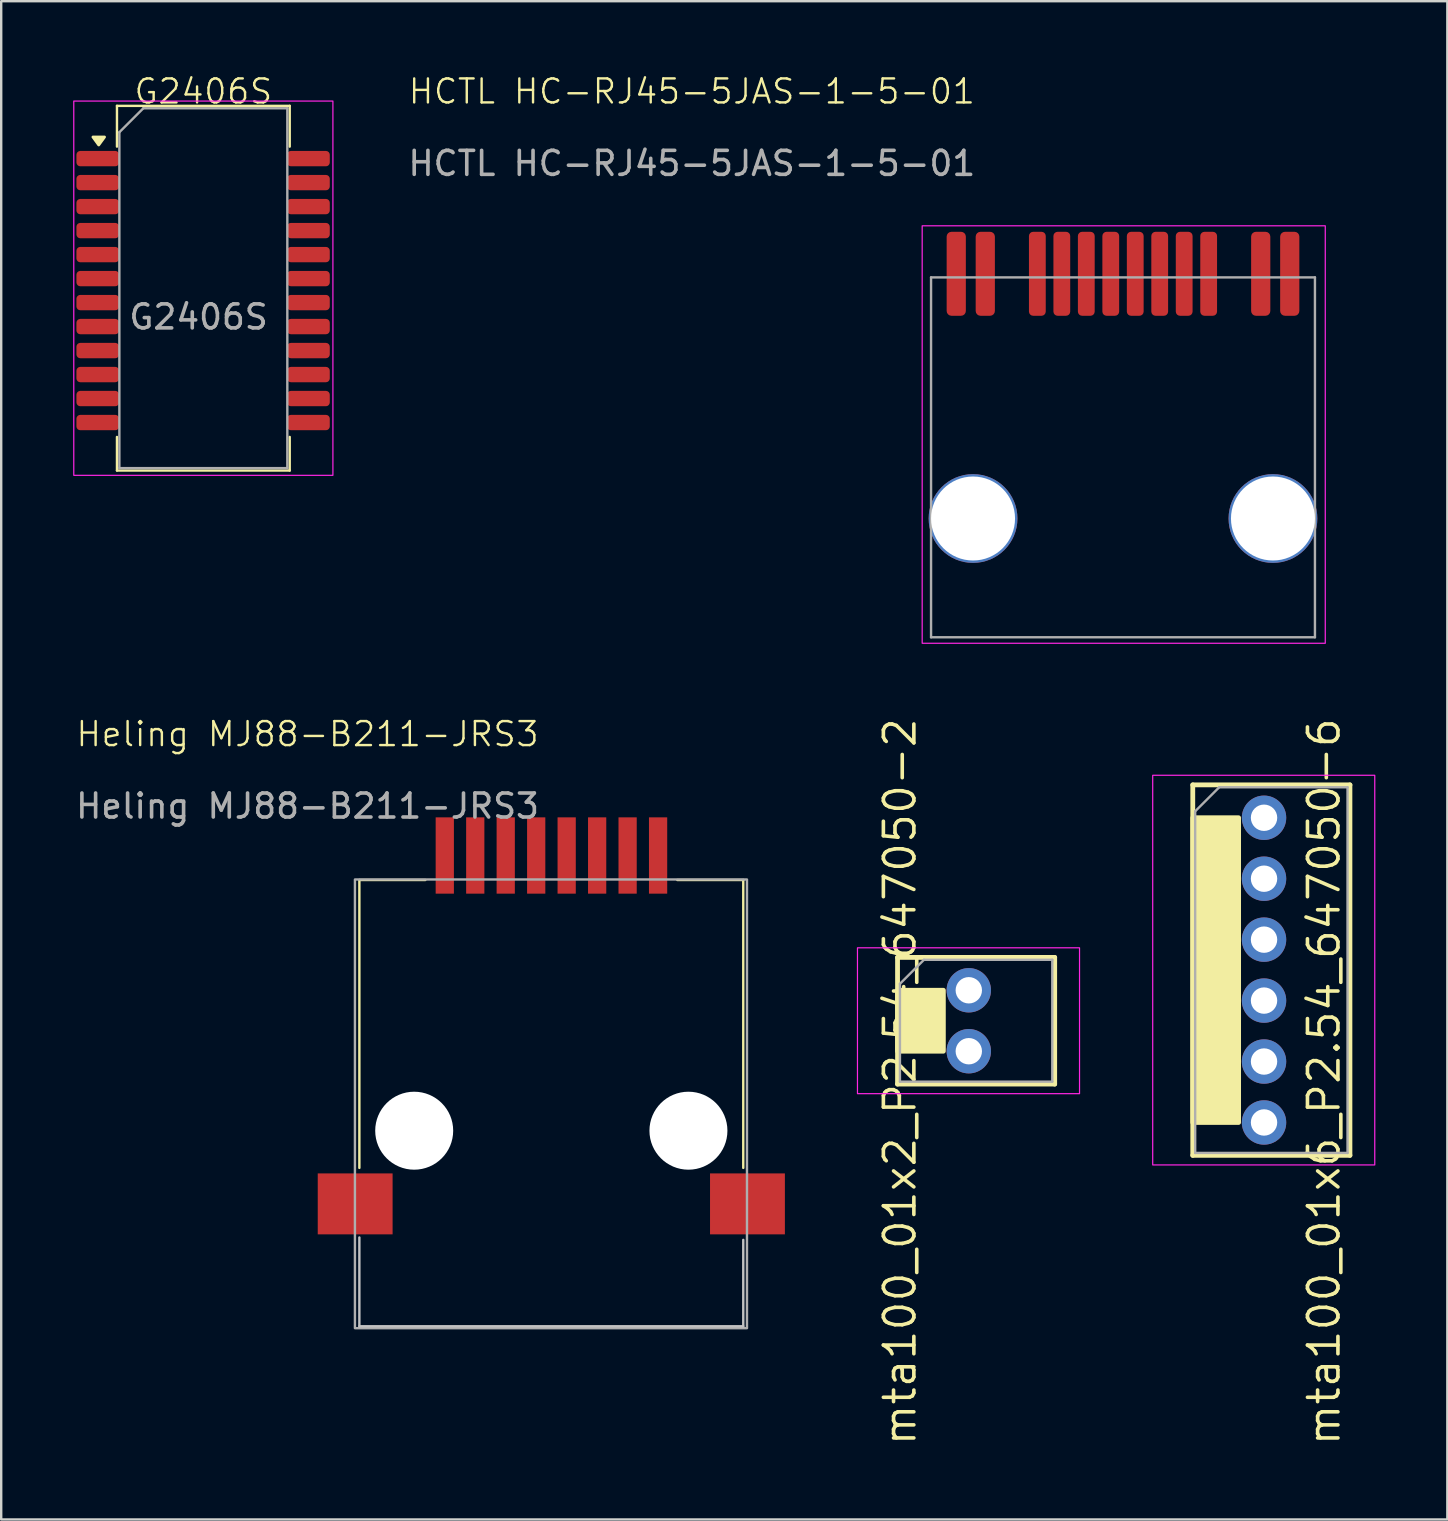
<source format=kicad_pcb>
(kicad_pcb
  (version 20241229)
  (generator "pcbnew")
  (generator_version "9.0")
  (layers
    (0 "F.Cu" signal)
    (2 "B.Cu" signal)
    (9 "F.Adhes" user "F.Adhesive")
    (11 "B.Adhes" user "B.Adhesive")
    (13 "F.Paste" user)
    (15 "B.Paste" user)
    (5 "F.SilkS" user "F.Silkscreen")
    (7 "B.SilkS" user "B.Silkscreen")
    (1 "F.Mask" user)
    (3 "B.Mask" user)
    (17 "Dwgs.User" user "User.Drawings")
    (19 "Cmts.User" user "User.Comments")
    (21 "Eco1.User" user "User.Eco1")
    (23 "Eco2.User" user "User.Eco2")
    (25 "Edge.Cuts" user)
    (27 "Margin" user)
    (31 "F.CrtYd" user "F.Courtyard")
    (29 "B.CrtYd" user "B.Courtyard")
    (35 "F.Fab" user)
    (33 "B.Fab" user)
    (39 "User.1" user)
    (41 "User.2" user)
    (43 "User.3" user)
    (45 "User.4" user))
  (footprint "G2406S"
    (layer "F.Cu")
    (at 1.025 3.561)
    (property "Reference" "G2406S" (at 4.4 -2.8 0) (unlocked yes) (layer "F.SilkS") (effects (font (size 1 1) (thickness 0.1))))
    (attr smd)
    (fp_line (start 0.8 -2.2) (end 8 -2.2) (stroke (width 0.1) (type default)) (layer "F.SilkS"))
    (fp_line (start 0.8 -0.5) (end 0.8 -2.2) (stroke (width 0.1) (type default)) (layer "F.SilkS"))
    (fp_line (start 0.8 11.6) (end 0.8 13) (stroke (width 0.1) (type default)) (layer "F.SilkS"))
    (fp_line (start 0.8 13) (end 8 13) (stroke (width 0.1) (type default)) (layer "F.SilkS"))
    (fp_line (start 8 -2.2) (end 8 -0.5) (stroke (width 0.1) (type default)) (layer "F.SilkS"))
    (fp_line (start 8 13) (end 8 11.6) (stroke (width 0.1) (type default)) (layer "F.SilkS"))
    (fp_poly (pts (xy 0.04 -0.57) (xy -0.2 -0.9) (xy 0.28 -0.9) (xy 0.04 -0.57)) (stroke (width 0.12) (type solid)) (fill yes) (layer "F.SilkS"))
    (fp_rect (start -1 -2.4) (end 9.8 13.2) (stroke (width 0.05) (type default)) (fill no) (layer "F.CrtYd"))
    (fp_line (start 0.9 -1.1) (end 1.9 -2.1) (stroke (width 0.1) (type default)) (layer "F.Fab"))
    (fp_line (start 0.9 12.9) (end 0.9 -1.1) (stroke (width 0.1) (type default)) (layer "F.Fab"))
    (fp_line (start 1.9 -2.1) (end 7.9 -2.1) (stroke (width 0.1) (type default)) (layer "F.Fab"))
    (fp_line (start 7.9 -2.1) (end 7.9 12.9) (stroke (width 0.1) (type default)) (layer "F.Fab"))
    (fp_line (start 7.9 12.9) (end 0.9 12.9) (stroke (width 0.1) (type default)) (layer "F.Fab"))
    (fp_text user "${REFERENCE}" (at 4.2 6.6 0) (unlocked yes) (layer "F.Fab") (effects (font (size 1 1) (thickness 0.15))))
    (pad "1" smd roundrect (at 0 0) (size 1.78 0.64) (layers "F.Cu" "F.Mask" "F.Paste") (roundrect_rratio 0.25))
    (pad "2" smd roundrect (at 0 1) (size 1.78 0.64) (layers "F.Cu" "F.Mask" "F.Paste") (roundrect_rratio 0.25))
    (pad "3" smd roundrect (at 0 2) (size 1.78 0.64) (layers "F.Cu" "F.Mask" "F.Paste") (roundrect_rratio 0.25))
    (pad "4" smd roundrect (at 0 3) (size 1.78 0.64) (layers "F.Cu" "F.Mask" "F.Paste") (roundrect_rratio 0.25))
    (pad "5" smd roundrect (at 0 4) (size 1.78 0.64) (layers "F.Cu" "F.Mask" "F.Paste") (roundrect_rratio 0.25))
    (pad "6" smd roundrect (at 0 5) (size 1.78 0.64) (layers "F.Cu" "F.Mask" "F.Paste") (roundrect_rratio 0.25))
    (pad "7" smd roundrect (at 0 6) (size 1.78 0.64) (layers "F.Cu" "F.Mask" "F.Paste") (roundrect_rratio 0.25))
    (pad "8" smd roundrect (at 0 7) (size 1.78 0.64) (layers "F.Cu" "F.Mask" "F.Paste") (roundrect_rratio 0.25))
    (pad "9" smd roundrect (at 0 8) (size 1.78 0.64) (layers "F.Cu" "F.Mask" "F.Paste") (roundrect_rratio 0.25))
    (pad "10" smd roundrect (at 0 9) (size 1.78 0.64) (layers "F.Cu" "F.Mask" "F.Paste") (roundrect_rratio 0.25))
    (pad "11" smd roundrect (at 0 10) (size 1.78 0.64) (layers "F.Cu" "F.Mask" "F.Paste") (roundrect_rratio 0.25))
    (pad "12" smd roundrect (at 0 11) (size 1.78 0.64) (layers "F.Cu" "F.Mask" "F.Paste") (roundrect_rratio 0.25))
    (pad "13" smd roundrect (at 8.78 11) (size 1.78 0.64) (layers "F.Cu" "F.Mask" "F.Paste") (roundrect_rratio 0.25))
    (pad "14" smd roundrect (at 8.78 10) (size 1.78 0.64) (layers "F.Cu" "F.Mask" "F.Paste") (roundrect_rratio 0.25))
    (pad "15" smd roundrect (at 8.78 9) (size 1.78 0.64) (layers "F.Cu" "F.Mask" "F.Paste") (roundrect_rratio 0.25))
    (pad "16" smd roundrect (at 8.78 8) (size 1.78 0.64) (layers "F.Cu" "F.Mask" "F.Paste") (roundrect_rratio 0.25))
    (pad "17" smd roundrect (at 8.78 7) (size 1.78 0.64) (layers "F.Cu" "F.Mask" "F.Paste") (roundrect_rratio 0.25))
    (pad "18" smd roundrect (at 8.78 6) (size 1.78 0.64) (layers "F.Cu" "F.Mask" "F.Paste") (roundrect_rratio 0.25))
    (pad "19" smd roundrect (at 8.78 5) (size 1.78 0.64) (layers "F.Cu" "F.Mask" "F.Paste") (roundrect_rratio 0.25))
    (pad "20" smd roundrect (at 8.78 4) (size 1.78 0.64) (layers "F.Cu" "F.Mask" "F.Paste") (roundrect_rratio 0.25))
    (pad "21" smd roundrect (at 8.78 3) (size 1.78 0.64) (layers "F.Cu" "F.Mask" "F.Paste") (roundrect_rratio 0.25))
    (pad "22" smd roundrect (at 8.78 2) (size 1.78 0.64) (layers "F.Cu" "F.Mask" "F.Paste") (roundrect_rratio 0.25))
    (pad "23" smd roundrect (at 8.78 1) (size 1.78 0.64) (layers "F.Cu" "F.Mask" "F.Paste") (roundrect_rratio 0.25))
    (pad "24" smd roundrect (at 8.78 0) (size 1.78 0.64) (layers "F.Cu" "F.Mask" "F.Paste") (roundrect_rratio 0.25))
    (zone (net_name "") (layers "F.Cu" "B.Cu") (hatch edge 0.5) (connect_pads) (min_thickness 0.25) (filled_areas_thickness no) (keepout (tracks allowed) (vias allowed) (pads allowed) (copperpour not_allowed) (footprints allowed)) (placement (enabled no)) (fill) (polygon (pts (xy 2.025 1.56) (xy 8.825 1.56) (xy 8.825 16.36) (xy 2.025 16.36)))))
  (footprint "mta100_01x6_P2.54_647050-6"
    (layer "F.Cu")
    (at 49.633 31.033)
    (property "Reference" "mta100_01x6_P2.54_647050-6" (at 2.5 11 90) (unlocked yes) (layer "F.SilkS") (effects (font (size 1.27 1.27) (thickness 0.15))))
    (attr through_hole)
    (fp_line (start -2.97 -1.37) (end 3.58 -1.37) (stroke (width 0.2) (type default)) (layer "F.SilkS"))
    (fp_line (start -2.97 14.07) (end -2.97 -1.37) (stroke (width 0.2) (type default)) (layer "F.SilkS"))
    (fp_line (start 3.58 -1.37) (end 3.58 14.07) (stroke (width 0.2) (type default)) (layer "F.SilkS"))
    (fp_line (start 3.58 14.07) (end -2.97 14.07) (stroke (width 0.2) (type default)) (layer "F.SilkS"))
    (fp_rect (start -2.97 0) (end -1.06 12.7) (stroke (width 0.2) (type default)) (fill yes) (layer "F.SilkS"))
    (fp_rect (start -4.64 -1.77) (end 4.615 14.47) (stroke (width 0.05) (type default)) (fill no) (layer "F.CrtYd"))
    (fp_line (start -2.87 -0.27) (end -1.87 -1.27) (stroke (width 0.1) (type default)) (layer "F.Fab"))
    (fp_line (start -2.87 13.97) (end -2.87 -0.27) (stroke (width 0.1) (type default)) (layer "F.Fab"))
    (fp_line (start -1.87 -1.27) (end 3.48 -1.27) (stroke (width 0.1) (type default)) (layer "F.Fab"))
    (fp_line (start 3.48 -1.27) (end 3.48 13.97) (stroke (width 0.1) (type default)) (layer "F.Fab"))
    (fp_line (start 3.48 13.97) (end -2.87 13.97) (stroke (width 0.1) (type default)) (layer "F.Fab"))
    (pad "1" thru_hole circle (at 0 0 90) (size 1.85 1.85) (drill 1.1) (layers "*.Cu" "*.Mask"))
    (pad "2" thru_hole circle (at 0 2.54 90) (size 1.85 1.85) (drill 1.1) (layers "*.Cu" "*.Mask"))
    (pad "3" thru_hole circle (at 0 5.08 90) (size 1.85 1.85) (drill 1.1) (layers "*.Cu" "*.Mask"))
    (pad "4" thru_hole circle (at 0 7.62 90) (size 1.85 1.85) (drill 1.1) (layers "*.Cu" "*.Mask"))
    (pad "5" thru_hole circle (at 0 10.16 90) (size 1.85 1.85) (drill 1.1) (layers "*.Cu" "*.Mask"))
    (pad "6" thru_hole circle (at 0 12.7 90) (size 1.85 1.85) (drill 1.1) (layers "*.Cu" "*.Mask")))
  (footprint "HCTL HC-RJ45-5JAS-1-5-01"
    (layer "F.Cu")
    (at 40.185 8.361)
    (property "Reference" "HCTL HC-RJ45-5JAS-1-5-01" (at -14.4 -7.6 0) (unlocked yes) (layer "F.SilkS") (effects (font (size 1 1) (thickness 0.1))))
    (attr smd)
    (fp_rect (start -4.8 -2) (end 12 15.4) (stroke (width 0.05) (type default)) (fill no) (layer "F.CrtYd"))
    (fp_line (start -4.43 0.15) (end -4.43 15.15) (stroke (width 0.1) (type default)) (layer "F.Fab"))
    (fp_line (start -4.43 0.15) (end 11.57 0.15) (stroke (width 0.1) (type default)) (layer "F.Fab"))
    (fp_line (start -4.43 15.15) (end 11.57 15.15) (stroke (width 0.1) (type default)) (layer "F.Fab"))
    (fp_line (start 11.57 15.15) (end 11.57 0.15) (stroke (width 0.1) (type default)) (layer "F.Fab"))
    (fp_text user "${REFERENCE}" (at -14.4 -4.6 0) (unlocked yes) (layer "F.Fab") (effects (font (size 1 1) (thickness 0.15))))
    (pad "" np_thru_hole circle (at -2.68 10.2) (size 3.7 3.7) (drill 3.5) (layers "*.Cu" "*.Mask"))
    (pad "" np_thru_hole circle (at 9.82 10.2) (size 3.7 3.7) (drill 3.5) (layers "*.Cu" "*.Mask"))
    (pad "1" smd roundrect (at 7.14 0) (size 0.7 3.5) (layers "F.Cu" "F.Mask" "F.Paste") (roundrect_rratio 0.25))
    (pad "2" smd roundrect (at 6.12 0) (size 0.7 3.5) (layers "F.Cu" "F.Mask" "F.Paste") (roundrect_rratio 0.25))
    (pad "3" smd roundrect (at 5.1 0) (size 0.7 3.5) (layers "F.Cu" "F.Mask" "F.Paste") (roundrect_rratio 0.25))
    (pad "4" smd roundrect (at 4.08 0) (size 0.7 3.5) (layers "F.Cu" "F.Mask" "F.Paste") (roundrect_rratio 0.25))
    (pad "5" smd roundrect (at 3.06 0) (size 0.7 3.5) (layers "F.Cu" "F.Mask" "F.Paste") (roundrect_rratio 0.25))
    (pad "6" smd roundrect (at 2.04 0) (size 0.7 3.5) (layers "F.Cu" "F.Mask" "F.Paste") (roundrect_rratio 0.25))
    (pad "7" smd roundrect (at 1.02 0) (size 0.7 3.5) (layers "F.Cu" "F.Mask" "F.Paste") (roundrect_rratio 0.25))
    (pad "8" smd roundrect (at 0 0) (size 0.7 3.5) (layers "F.Cu" "F.Mask" "F.Paste") (roundrect_rratio 0.25))
    (pad "9" smd roundrect (at 9.31 0) (size 0.8 3.5) (layers "F.Cu" "F.Mask" "F.Paste") (roundrect_rratio 0.25))
    (pad "10" smd roundrect (at 10.52 0) (size 0.8 3.5) (layers "F.Cu" "F.Mask" "F.Paste") (roundrect_rratio 0.25))
    (pad "11" smd roundrect (at -3.38 0) (size 0.8 3.5) (layers "F.Cu" "F.Mask" "F.Paste") (roundrect_rratio 0.25))
    (pad "12" smd roundrect (at -2.17 0) (size 0.8 3.5) (layers "F.Cu" "F.Mask" "F.Paste") (roundrect_rratio 0.25)))
  (footprint "mta100_01x2_P2.54_647050-2"
    (layer "F.Cu")
    (at 37.328 38.223)
    (property "Reference" "mta100_01x2_P2.54_647050-2" (at -2.87 3.81 90) (unlocked yes) (layer "F.SilkS") (effects (font (size 1.27 1.27) (thickness 0.15))))
    (attr through_hole)
    (fp_line (start -2.97 -1.37) (end 3.58 -1.37) (stroke (width 0.2) (type default)) (layer "F.SilkS"))
    (fp_line (start -2.97 3.91) (end -2.97 -1.37) (stroke (width 0.2) (type default)) (layer "F.SilkS"))
    (fp_line (start 3.58 -1.37) (end 3.58 3.91) (stroke (width 0.2) (type default)) (layer "F.SilkS"))
    (fp_line (start 3.58 3.91) (end -2.97 3.91) (stroke (width 0.2) (type default)) (layer "F.SilkS"))
    (fp_rect (start -2.97 0) (end -1.06 2.54) (stroke (width 0.2) (type default)) (fill yes) (layer "F.SilkS"))
    (fp_rect (start -4.64 -1.77) (end 4.615 4.31) (stroke (width 0.05) (type default)) (fill no) (layer "F.CrtYd"))
    (fp_line (start -2.87 -0.27) (end -1.87 -1.27) (stroke (width 0.1) (type default)) (layer "F.Fab"))
    (fp_line (start -2.87 3.81) (end -2.87 -0.27) (stroke (width 0.1) (type default)) (layer "F.Fab"))
    (fp_line (start -1.87 -1.27) (end 3.48 -1.27) (stroke (width 0.1) (type default)) (layer "F.Fab"))
    (fp_line (start 3.48 -1.27) (end 3.48 3.81) (stroke (width 0.1) (type default)) (layer "F.Fab"))
    (fp_line (start 3.48 3.81) (end -2.87 3.81) (stroke (width 0.1) (type default)) (layer "F.Fab"))
    (pad "1" thru_hole circle (at 0 0 90) (size 1.85 1.85) (drill 1.1) (layers "*.Cu" "*.Mask"))
    (pad "2" thru_hole circle (at 0 2.54 90) (size 1.85 1.85) (drill 1.1) (layers "*.Cu" "*.Mask")))
  (footprint "Heling MJ88-B211-JRS3"
    (layer "F.Cu")
    (at 15.488 32.606)
    (property "Reference" "Heling MJ88-B211-JRS3" (at -5.72 -5.06 0) (unlocked yes) (layer "F.SilkS") (effects (font (size 1 1) (thickness 0.1))))
    (attr smd)
    (fp_line (start -3.56 1.02) (end -0.81 1.02) (stroke (width 0.1) (type default)) (layer "F.SilkS"))
    (fp_line (start -3.56 13.02) (end -3.56 1.02) (stroke (width 0.1) (type default)) (layer "F.SilkS"))
    (fp_line (start 12.44 1.02) (end 9.69 1.02) (stroke (width 0.1) (type default)) (layer "F.SilkS"))
    (fp_line (start 12.44 13.02) (end 12.44 1.02) (stroke (width 0.1) (type default)) (layer "F.SilkS"))
    (fp_line (start -3.56 19.62) (end -3.56 15.92) (stroke (width 0.1) (type default)) (layer "Dwgs.User"))
    (fp_line (start 12.44 16.02) (end 12.44 19.62) (stroke (width 0.1) (type default)) (layer "Dwgs.User"))
    (fp_line (start 12.44 19.62) (end -3.56 19.62) (stroke (width 0.1) (type default)) (layer "Dwgs.User"))
    (fp_rect (start -3.745 1) (end 12.595 19.7) (stroke (width 0.1) (type default)) (fill no) (layer "F.Fab"))
    (fp_text user "${REFERENCE}" (at -5.72 -2.06 0) (unlocked yes) (layer "F.Fab") (effects (font (size 1 1) (thickness 0.15))))
    (pad "" np_thru_hole circle (at -1.275 11.47) (size 3.25 3.25) (drill 3.25) (layers "*.Cu" "*.Mask"))
    (pad "" np_thru_hole circle (at 10.155 11.47) (size 3.25 3.25) (drill 3.25) (layers "*.Cu" "*.Mask"))
    (pad "1" smd rect (at 0 0) (size 0.76 3.18) (layers "F.Cu" "F.Mask" "F.Paste"))
    (pad "2" smd rect (at 1.27 0) (size 0.76 3.18) (layers "F.Cu" "F.Mask" "F.Paste"))
    (pad "3" smd rect (at 2.54 0) (size 0.76 3.18) (layers "F.Cu" "F.Mask" "F.Paste"))
    (pad "4" smd rect (at 3.81 0) (size 0.76 3.18) (layers "F.Cu" "F.Mask" "F.Paste"))
    (pad "5" smd rect (at 5.08 0) (size 0.76 3.18) (layers "F.Cu" "F.Mask" "F.Paste"))
    (pad "6" smd rect (at 6.35 0) (size 0.76 3.18) (layers "F.Cu" "F.Mask" "F.Paste"))
    (pad "7" smd rect (at 7.62 0) (size 0.76 3.18) (layers "F.Cu" "F.Mask" "F.Paste"))
    (pad "8" smd rect (at 8.89 0) (size 0.76 3.18) (layers "F.Cu" "F.Mask" "F.Paste"))
    (pad "SH" smd rect (at -3.735 14.52) (size 3.12 2.54) (layers "F.Cu" "F.Mask" "F.Paste"))
    (pad "SH" smd rect (at 12.615 14.52) (size 3.12 2.54) (layers "F.Cu" "F.Mask" "F.Paste")))
  (gr_rect
    (start -3 -3)
    (end 57.273 60.28)
    (stroke (width 0.1) (type default))
    (fill no)
    (layer "Edge.Cuts")))
</source>
